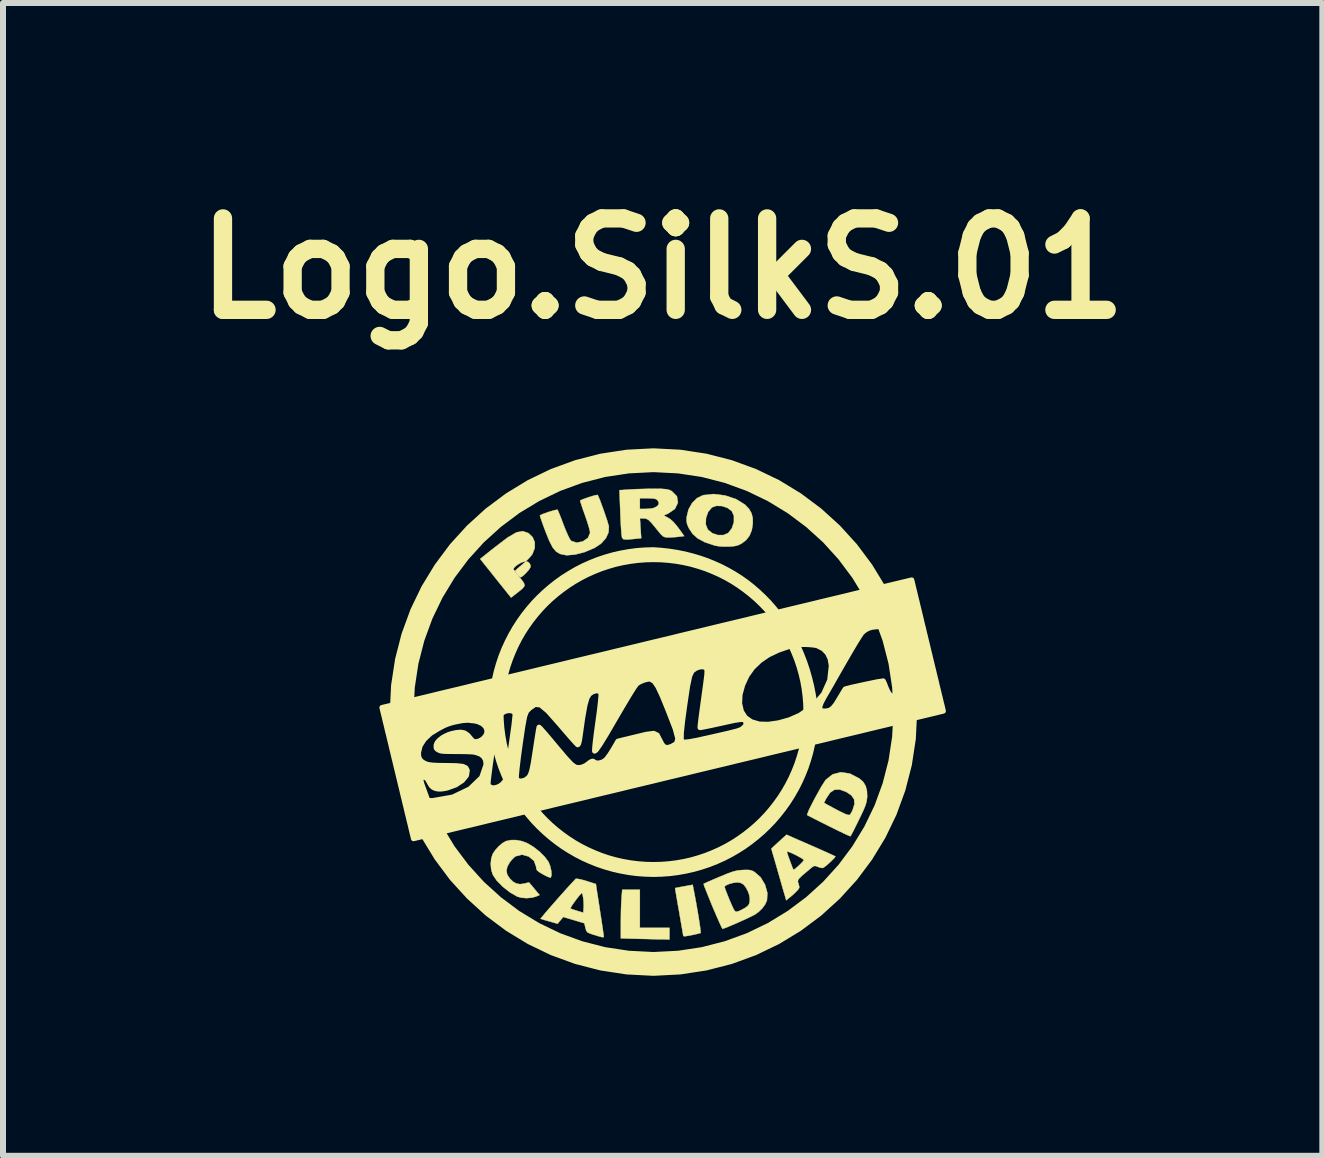
<source format=kicad_pcb>
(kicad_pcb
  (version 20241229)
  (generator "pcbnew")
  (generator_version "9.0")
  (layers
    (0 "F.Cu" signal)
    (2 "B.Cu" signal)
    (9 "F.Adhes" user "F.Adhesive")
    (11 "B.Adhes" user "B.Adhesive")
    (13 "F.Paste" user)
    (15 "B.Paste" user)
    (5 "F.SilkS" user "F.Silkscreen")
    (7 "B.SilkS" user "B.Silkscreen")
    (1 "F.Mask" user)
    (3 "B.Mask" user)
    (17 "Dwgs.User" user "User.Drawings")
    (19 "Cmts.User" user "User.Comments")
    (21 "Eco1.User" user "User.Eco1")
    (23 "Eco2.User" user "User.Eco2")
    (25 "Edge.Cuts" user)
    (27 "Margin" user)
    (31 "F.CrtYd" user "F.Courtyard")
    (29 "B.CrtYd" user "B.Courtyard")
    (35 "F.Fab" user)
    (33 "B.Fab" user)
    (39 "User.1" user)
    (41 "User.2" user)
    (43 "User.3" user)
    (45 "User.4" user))
  (footprint "Logo.SilkS.01"
    (layer "F.Cu")
    (at 7.997 8.821)
    (property "Reference" "Logo.SilkS.01" (at 0 -7.395 0) (layer "F.SilkS") (effects (font (size 1.524 1.524) (thickness 0.305))))
    (attr smd)
    (fp_poly (pts (xy 0.343 3.725) (xy 0.337 3.689) (xy 0.322 3.602) (xy 0.3 3.476) (xy 0.274 3.324) (xy 0.247 3.173) (xy 0.226 3.049) (xy 0.212 2.965) (xy 0.208 2.934) (xy 0.221 2.931) (xy 0.253 2.924) (xy 0.299 2.916) (xy 0.356 2.905) (xy 0.392 2.899) (xy 0.428 2.892) (xy 0.464 2.886) (xy 0.501 2.879) (xy 0.505 2.902) (xy 0.51 2.924) (xy 0.514 2.947) (xy 0.519 2.969) (xy 0.559 3.184) (xy 0.599 3.415) (xy 0.627 3.602) (xy 0.635 3.682) (xy 0.595 3.694) (xy 0.512 3.713) (xy 0.424 3.73) (xy 0.365 3.738) (xy 0.357 3.737) (xy 0.35 3.734) (xy 0.345 3.73) (xy 0.343 3.725) (xy 0.343 3.725) (xy 0.343 3.725) (xy 0.343 3.725) (xy 0.343 3.725)) (stroke (width 0.006) (type solid)) (fill yes) (layer "F.SilkS"))
    (fp_poly (pts (xy -1.712 -2.637) (xy -1.778 -2.678) (xy -1.834 -2.745) (xy -1.89 -2.854) (xy -1.956 -3.018) (xy -1.993 -3.118) (xy -2.022 -3.2) (xy -2.041 -3.256) (xy -2.046 -3.279) (xy -1.995 -3.303) (xy -1.897 -3.338) (xy -1.801 -3.366) (xy -1.753 -3.374) (xy -1.741 -3.35) (xy -1.718 -3.295) (xy -1.687 -3.217) (xy -1.652 -3.123) (xy -1.613 -3.025) (xy -1.577 -2.943) (xy -1.547 -2.884) (xy -1.525 -2.854) (xy -1.434 -2.824) (xy -1.33 -2.845) (xy -1.244 -2.905) (xy -1.209 -2.99) (xy -1.216 -3.03) (xy -1.234 -3.099) (xy -1.262 -3.186) (xy -1.295 -3.283) (xy -1.328 -3.375) (xy -1.354 -3.452) (xy -1.371 -3.505) (xy -1.376 -3.526) (xy -1.325 -3.55) (xy -1.227 -3.584) (xy -1.131 -3.613) (xy -1.083 -3.621) (xy -1.047 -3.539) (xy -0.986 -3.373) (xy -0.927 -3.2) (xy -0.896 -3.094) (xy -0.902 -2.995) (xy -0.947 -2.897) (xy -1.027 -2.808) (xy -1.137 -2.736) (xy -1.303 -2.666) (xy -1.463 -2.625) (xy -1.603 -2.614) (xy -1.712 -2.637) (xy -1.712 -2.637)) (stroke (width 0.006) (type solid)) (fill yes) (layer "F.SilkS"))
    (fp_poly (pts (xy 0.857 -2.78) (xy 1.093 -2.985) (xy 1.154 -3.064) (xy 1.188 -3.167) (xy 1.188 -3.271) (xy 1.152 -3.351) (xy 1.078 -3.405) (xy 0.987 -3.435) (xy 0.896 -3.438) (xy 0.822 -3.412) (xy 0.759 -3.337) (xy 0.723 -3.235) (xy 0.719 -3.129) (xy 0.752 -3.044) (xy 0.826 -2.983) (xy 0.918 -2.951) (xy 1.013 -2.951) (xy 1.093 -2.985) (xy 1.093 -2.985) (xy 0.857 -2.78) (xy 0.703 -2.832) (xy 0.586 -2.894) (xy 0.5 -2.97) (xy 0.438 -3.064) (xy 0.415 -3.116) (xy 0.402 -3.159) (xy 0.398 -3.202) (xy 0.401 -3.254) (xy 0.431 -3.378) (xy 0.491 -3.485) (xy 0.574 -3.567) (xy 0.674 -3.616) (xy 0.848 -3.635) (xy 1.041 -3.611) (xy 1.225 -3.55) (xy 1.373 -3.458) (xy 1.439 -3.389) (xy 1.481 -3.316) (xy 1.502 -3.235) (xy 1.503 -3.139) (xy 1.486 -3.032) (xy 1.449 -2.942) (xy 1.394 -2.869) (xy 1.319 -2.812) (xy 1.272 -2.787) (xy 1.226 -2.772) (xy 1.17 -2.763) (xy 1.095 -2.758) (xy 1.028 -2.758) (xy 0.965 -2.761) (xy 0.907 -2.769) (xy 0.857 -2.779) (xy 0.857 -2.78)) (stroke (width 0.006) (type solid)) (fill yes) (layer "F.SilkS"))
    (fp_poly (pts (xy 2.769 1.9) (xy 2.69 1.513) (xy 2.727 1.534) (xy 2.764 1.554) (xy 2.802 1.574) (xy 2.839 1.595) (xy 2.957 1.657) (xy 3.04 1.697) (xy 3.092 1.715) (xy 3.119 1.715) (xy 3.127 1.706) (xy 3.139 1.687) (xy 3.153 1.662) (xy 3.167 1.633) (xy 3.167 1.633) (xy 3.198 1.534) (xy 3.192 1.454) (xy 3.146 1.388) (xy 3.059 1.33) (xy 2.951 1.291) (xy 2.864 1.295) (xy 2.791 1.344) (xy 2.726 1.442) (xy 2.717 1.46) (xy 2.708 1.478) (xy 2.699 1.495) (xy 2.69 1.513) (xy 2.769 1.9) (xy 2.631 1.831) (xy 2.517 1.773) (xy 2.438 1.733) (xy 2.407 1.715) (xy 2.44 1.628) (xy 2.533 1.445) (xy 2.64 1.252) (xy 2.716 1.132) (xy 2.833 1.039) (xy 2.97 1.003) (xy 3.12 1.025) (xy 3.277 1.106) (xy 3.342 1.162) (xy 3.384 1.23) (xy 3.406 1.312) (xy 3.41 1.411) (xy 3.402 1.482) (xy 3.382 1.554) (xy 3.341 1.652) (xy 3.271 1.797) (xy 3.219 1.902) (xy 3.176 1.989) (xy 3.144 2.048) (xy 3.131 2.071) (xy 3.099 2.059) (xy 3.021 2.023) (xy 2.906 1.968) (xy 2.769 1.9) (xy 2.769 1.9)) (stroke (width 0.006) (type solid)) (fill yes) (layer "F.SilkS"))
    (fp_poly (pts (xy -0.481 3.778) (xy -0.535 3.777) (xy -0.589 3.775) (xy -0.643 3.774) (xy -0.697 3.772) (xy -0.697 3.708) (xy -0.697 3.643) (xy -0.697 3.578) (xy -0.697 3.513) (xy -0.696 3.401) (xy -0.694 3.287) (xy -0.69 3.185) (xy -0.686 3.108) (xy -0.683 3.071) (xy -0.68 3.035) (xy -0.677 2.999) (xy -0.674 2.962) (xy -0.638 2.962) (xy -0.601 2.962) (xy -0.564 2.962) (xy -0.527 2.962) (xy -0.49 2.962) (xy -0.453 2.962) (xy -0.417 2.962) (xy -0.38 2.962) (xy -0.38 3.042) (xy -0.38 3.121) (xy -0.38 3.2) (xy -0.38 3.28) (xy -0.38 3.359) (xy -0.38 3.438) (xy -0.38 3.518) (xy -0.38 3.597) (xy -0.318 3.597) (xy -0.256 3.597) (xy -0.195 3.597) (xy -0.133 3.597) (xy -0.071 3.597) (xy -0.009 3.597) (xy 0.052 3.597) (xy 0.114 3.597) (xy 0.114 3.621) (xy 0.114 3.646) (xy 0.114 3.67) (xy 0.114 3.694) (xy 0.114 3.718) (xy 0.114 3.743) (xy 0.114 3.767) (xy 0.114 3.791) (xy 0.067 3.79) (xy 0.019 3.789) (xy -0.028 3.789) (xy -0.076 3.788) (xy -0.166 3.786) (xy -0.273 3.783) (xy -0.382 3.781) (xy -0.481 3.778) (xy -0.481 3.778) (xy -0.481 3.778) (xy -0.481 3.778) (xy -0.481 3.778)) (stroke (width 0.006) (type solid)) (fill yes) (layer "F.SilkS"))
    (fp_poly (pts (xy 0.831 3.243) (xy 1.031 2.912) (xy 1.05 2.968) (xy 1.093 3.078) (xy 1.143 3.197) (xy 1.183 3.284) (xy 1.204 3.318) (xy 1.228 3.329) (xy 1.266 3.32) (xy 1.331 3.289) (xy 1.331 3.289) (xy 1.331 3.289) (xy 1.366 3.269) (xy 1.398 3.248) (xy 1.422 3.227) (xy 1.436 3.211) (xy 1.451 3.165) (xy 1.453 3.11) (xy 1.443 3.048) (xy 1.421 2.986) (xy 1.383 2.917) (xy 1.344 2.871) (xy 1.299 2.847) (xy 1.243 2.839) (xy 1.178 2.847) (xy 1.108 2.866) (xy 1.054 2.89) (xy 1.031 2.912) (xy 0.831 3.243) (xy 0.772 3.098) (xy 0.724 2.978) (xy 0.692 2.896) (xy 0.683 2.864) (xy 0.705 2.853) (xy 0.762 2.827) (xy 0.845 2.791) (xy 0.944 2.749) (xy 1.081 2.692) (xy 1.177 2.658) (xy 1.253 2.64) (xy 1.331 2.633) (xy 1.403 2.631) (xy 1.453 2.634) (xy 1.493 2.645) (xy 1.534 2.667) (xy 1.634 2.755) (xy 1.708 2.879) (xy 1.746 3.014) (xy 1.739 3.139) (xy 1.71 3.205) (xy 1.663 3.27) (xy 1.603 3.329) (xy 1.533 3.379) (xy 1.421 3.434) (xy 1.247 3.513) (xy 1.082 3.584) (xy 0.999 3.615) (xy 0.982 3.586) (xy 0.945 3.506) (xy 0.893 3.387) (xy 0.831 3.243) (xy 0.831 3.243)) (stroke (width 0.006) (type solid)) (fill yes) (layer "F.SilkS"))
    (fp_poly (pts (xy -2.719 -2.148) (xy -2.472 -2.411) (xy -2.484 -2.393) (xy -2.486 -2.381) (xy -2.454 -2.334) (xy -2.419 -2.291) (xy -2.388 -2.259) (xy -2.366 -2.247) (xy -2.352 -2.254) (xy -2.329 -2.271) (xy -2.301 -2.296) (xy -2.271 -2.326) (xy -2.271 -2.326) (xy -2.271 -2.326) (xy -2.271 -2.326) (xy -2.226 -2.378) (xy -2.204 -2.414) (xy -2.202 -2.444) (xy -2.217 -2.478) (xy -2.248 -2.506) (xy -2.295 -2.511) (xy -2.354 -2.494) (xy -2.42 -2.456) (xy -2.449 -2.433) (xy -2.472 -2.411) (xy -2.719 -2.148) (xy -2.799 -2.248) (xy -2.874 -2.343) (xy -2.936 -2.42) (xy -2.977 -2.471) (xy -2.993 -2.492) (xy -3.009 -2.512) (xy -3.026 -2.533) (xy -3.042 -2.553) (xy -2.982 -2.601) (xy -2.922 -2.649) (xy -2.862 -2.697) (xy -2.801 -2.745) (xy -2.586 -2.909) (xy -2.437 -2.996) (xy -2.33 -3.016) (xy -2.237 -2.983) (xy -2.168 -2.917) (xy -2.132 -2.832) (xy -2.132 -2.736) (xy -2.169 -2.638) (xy -2.196 -2.601) (xy -2.236 -2.556) (xy -2.285 -2.508) (xy -2.337 -2.462) (xy -2.385 -2.422) (xy -2.425 -2.388) (xy -2.451 -2.363) (xy -2.461 -2.352) (xy -2.454 -2.34) (xy -2.435 -2.313) (xy -2.406 -2.275) (xy -2.371 -2.23) (xy -2.314 -2.155) (xy -2.3 -2.107) (xy -2.335 -2.06) (xy -2.423 -1.989) (xy -2.527 -1.908) (xy -2.719 -2.148)) (stroke (width 0.006) (type solid)) (fill yes) (layer "F.SilkS"))
    (fp_poly (pts (xy -2.422 3.077) (xy -2.542 3.008) (xy -2.664 2.913) (xy -2.767 2.808) (xy -2.832 2.711) (xy -2.858 2.627) (xy -2.866 2.534) (xy -2.858 2.443) (xy -2.833 2.366) (xy -2.791 2.302) (xy -2.733 2.238) (xy -2.671 2.185) (xy -2.614 2.152) (xy -2.532 2.134) (xy -2.44 2.134) (xy -2.344 2.152) (xy -2.252 2.188) (xy -2.151 2.249) (xy -2.052 2.327) (xy -1.965 2.414) (xy -1.903 2.497) (xy -1.875 2.566) (xy -1.857 2.646) (xy -1.852 2.717) (xy -1.865 2.76) (xy -1.878 2.759) (xy -1.907 2.749) (xy -1.946 2.731) (xy -1.992 2.707) (xy -2.055 2.67) (xy -2.09 2.643) (xy -2.105 2.617) (xy -2.108 2.584) (xy -2.144 2.481) (xy -2.233 2.408) (xy -2.346 2.377) (xy -2.453 2.405) (xy -2.474 2.422) (xy -2.5 2.447) (xy -2.526 2.476) (xy -2.55 2.507) (xy -2.59 2.579) (xy -2.603 2.647) (xy -2.59 2.712) (xy -2.549 2.774) (xy -2.493 2.828) (xy -2.436 2.859) (xy -2.375 2.869) (xy -2.307 2.859) (xy -2.276 2.851) (xy -2.25 2.845) (xy -2.232 2.842) (xy -2.224 2.843) (xy -2.216 2.853) (xy -2.197 2.876) (xy -2.169 2.909) (xy -2.136 2.949) (xy -2.115 2.974) (xy -2.094 3) (xy -2.072 3.025) (xy -2.051 3.05) (xy -2.067 3.057) (xy -2.083 3.064) (xy -2.099 3.07) (xy -2.115 3.077) (xy -2.185 3.095) (xy -2.269 3.102) (xy -2.353 3.095) (xy -2.422 3.077) (xy -2.422 3.077)) (stroke (width 0.006) (type solid)) (fill yes) (layer "F.SilkS"))
    (fp_poly (pts (xy -1.146 3.714) (xy -1.323 3.108) (xy -1.329 3.072) (xy -1.335 3.043) (xy -1.341 3.023) (xy -1.347 3.016) (xy -1.386 3.055) (xy -1.453 3.141) (xy -1.515 3.229) (xy -1.539 3.273) (xy -1.527 3.279) (xy -1.502 3.289) (xy -1.467 3.3) (xy -1.427 3.313) (xy -1.401 3.321) (xy -1.375 3.328) (xy -1.349 3.336) (xy -1.323 3.344) (xy -1.322 3.326) (xy -1.321 3.308) (xy -1.319 3.29) (xy -1.318 3.272) (xy -1.316 3.237) (xy -1.317 3.194) (xy -1.319 3.149) (xy -1.323 3.108) (xy -1.323 3.108) (xy -1.146 3.714) (xy -1.216 3.69) (xy -1.255 3.67) (xy -1.274 3.643) (xy -1.287 3.597) (xy -1.292 3.578) (xy -1.296 3.558) (xy -1.301 3.539) (xy -1.306 3.52) (xy -1.35 3.507) (xy -1.394 3.494) (xy -1.438 3.481) (xy -1.481 3.468) (xy -1.525 3.455) (xy -1.569 3.442) (xy -1.613 3.429) (xy -1.657 3.416) (xy -1.669 3.43) (xy -1.681 3.444) (xy -1.692 3.458) (xy -1.704 3.472) (xy -1.716 3.486) (xy -1.728 3.501) (xy -1.739 3.515) (xy -1.751 3.529) (xy -1.786 3.519) (xy -1.821 3.509) (xy -1.855 3.499) (xy -1.89 3.489) (xy -1.945 3.474) (xy -1.99 3.46) (xy -2.022 3.45) (xy -2.036 3.445) (xy -1.951 3.342) (xy -1.757 3.119) (xy -1.555 2.893) (xy -1.45 2.781) (xy -1.429 2.779) (xy -1.389 2.785) (xy -1.334 2.798) (xy -1.271 2.816) (xy -1.232 2.829) (xy -1.192 2.841) (xy -1.153 2.854) (xy -1.113 2.866) (xy -1.097 2.974) (xy -1.08 3.082) (xy -1.063 3.19) (xy -1.047 3.298) (xy -1.021 3.466) (xy -1 3.607) (xy -0.986 3.704) (xy -0.98 3.743) (xy -0.986 3.752) (xy -1.012 3.752) (xy -1.062 3.739) (xy -1.146 3.714) (xy -1.146 3.714)) (stroke (width 0.006) (type solid)) (fill yes) (layer "F.SilkS"))
    (fp_poly (pts (xy 1.967 2.816) (xy 2.072 2.327) (xy 2.075 2.341) (xy 2.083 2.369) (xy 2.095 2.405) (xy 2.11 2.446) (xy 2.123 2.481) (xy 2.136 2.517) (xy 2.149 2.552) (xy 2.162 2.588) (xy 2.169 2.603) (xy 2.175 2.616) (xy 2.182 2.624) (xy 2.187 2.627) (xy 2.197 2.622) (xy 2.217 2.606) (xy 2.244 2.583) (xy 2.275 2.555) (xy 2.275 2.555) (xy 2.306 2.525) (xy 2.331 2.499) (xy 2.348 2.478) (xy 2.354 2.467) (xy 2.343 2.455) (xy 2.313 2.435) (xy 2.268 2.409) (xy 2.213 2.38) (xy 2.158 2.354) (xy 2.113 2.335) (xy 2.083 2.326) (xy 2.072 2.327) (xy 1.967 2.816) (xy 1.929 2.683) (xy 1.893 2.557) (xy 1.863 2.454) (xy 1.843 2.386) (xy 1.835 2.359) (xy 1.828 2.332) (xy 1.82 2.305) (xy 1.812 2.277) (xy 1.83 2.26) (xy 1.848 2.243) (xy 1.866 2.226) (xy 1.885 2.209) (xy 1.917 2.179) (xy 1.952 2.147) (xy 1.985 2.117) (xy 2.012 2.093) (xy 2.025 2.081) (xy 2.039 2.069) (xy 2.052 2.057) (xy 2.066 2.044) (xy 2.167 2.089) (xy 2.267 2.133) (xy 2.368 2.177) (xy 2.469 2.221) (xy 2.626 2.29) (xy 2.756 2.348) (xy 2.845 2.389) (xy 2.881 2.407) (xy 2.86 2.436) (xy 2.802 2.494) (xy 2.733 2.555) (xy 2.68 2.596) (xy 2.666 2.599) (xy 2.645 2.597) (xy 2.62 2.592) (xy 2.593 2.582) (xy 2.554 2.567) (xy 2.526 2.566) (xy 2.497 2.582) (xy 2.454 2.617) (xy 2.326 2.725) (xy 2.266 2.784) (xy 2.253 2.821) (xy 2.265 2.864) (xy 2.276 2.902) (xy 2.277 2.928) (xy 2.265 2.952) (xy 2.237 2.983) (xy 2.212 3.008) (xy 2.183 3.036) (xy 2.152 3.063) (xy 2.123 3.087) (xy 2.107 3.1) (xy 2.091 3.112) (xy 2.076 3.125) (xy 2.06 3.138) (xy 2.037 3.057) (xy 2.013 2.977) (xy 1.99 2.897) (xy 1.967 2.816) (xy 1.967 2.816) (xy 1.967 2.816) (xy 1.967 2.816)) (stroke (width 0.006) (type solid)) (fill yes) (layer "F.SilkS"))
    (fp_poly (pts (xy -0.686 -2.969) (xy -0.38 -3.564) (xy -0.38 -3.542) (xy -0.38 -3.52) (xy -0.38 -3.498) (xy -0.38 -3.476) (xy -0.38 -3.454) (xy -0.38 -3.431) (xy -0.38 -3.409) (xy -0.38 -3.387) (xy -0.356 -3.387) (xy -0.332 -3.387) (xy -0.308 -3.387) (xy -0.284 -3.387) (xy -0.243 -3.389) (xy -0.202 -3.393) (xy -0.165 -3.399) (xy -0.139 -3.406) (xy -0.139 -3.406) (xy -0.139 -3.406) (xy -0.139 -3.406) (xy -0.091 -3.432) (xy -0.066 -3.464) (xy -0.066 -3.499) (xy -0.09 -3.536) (xy -0.11 -3.549) (xy -0.141 -3.558) (xy -0.186 -3.562) (xy -0.249 -3.564) (xy -0.282 -3.564) (xy -0.314 -3.564) (xy -0.347 -3.564) (xy -0.38 -3.564) (xy -0.686 -2.969) (xy -0.691 -3.03) (xy -0.697 -3.128) (xy -0.703 -3.249) (xy -0.708 -3.38) (xy -0.711 -3.46) (xy -0.714 -3.54) (xy -0.717 -3.62) (xy -0.72 -3.7) (xy -0.676 -3.702) (xy -0.632 -3.705) (xy -0.589 -3.708) (xy -0.545 -3.711) (xy -0.46 -3.716) (xy -0.356 -3.719) (xy -0.246 -3.722) (xy -0.144 -3.723) (xy -0.023 -3.722) (xy 0.055 -3.716) (xy 0.107 -3.705) (xy 0.15 -3.685) (xy 0.238 -3.598) (xy 0.255 -3.491) (xy 0.205 -3.387) (xy 0.092 -3.309) (xy 0.073 -3.301) (xy 0.055 -3.293) (xy 0.036 -3.286) (xy 0.017 -3.278) (xy 0.032 -3.27) (xy 0.048 -3.262) (xy 0.063 -3.254) (xy 0.079 -3.246) (xy 0.129 -3.215) (xy 0.178 -3.171) (xy 0.232 -3.109) (xy 0.296 -3.024) (xy 0.312 -3.001) (xy 0.328 -2.979) (xy 0.344 -2.956) (xy 0.36 -2.934) (xy 0.337 -2.931) (xy 0.314 -2.928) (xy 0.291 -2.925) (xy 0.268 -2.923) (xy 0.226 -2.918) (xy 0.179 -2.915) (xy 0.133 -2.912) (xy 0.093 -2.911) (xy 0.044 -2.914) (xy 0.007 -2.929) (xy -0.035 -2.969) (xy -0.099 -3.048) (xy -0.181 -3.148) (xy -0.234 -3.202) (xy -0.275 -3.224) (xy -0.321 -3.229) (xy -0.335 -3.229) (xy -0.35 -3.229) (xy -0.364 -3.229) (xy -0.379 -3.229) (xy -0.376 -3.187) (xy -0.373 -3.146) (xy -0.371 -3.105) (xy -0.368 -3.064) (xy -0.365 -3.023) (xy -0.363 -2.981) (xy -0.36 -2.94) (xy -0.357 -2.899) (xy -0.385 -2.896) (xy -0.413 -2.893) (xy -0.44 -2.89) (xy -0.468 -2.887) (xy -0.59 -2.876) (xy -0.652 -2.88) (xy -0.677 -2.908) (xy -0.686 -2.968) (xy -0.686 -2.968) (xy -0.686 -2.968) (xy -0.686 -2.968) (xy -0.686 -2.969)) (stroke (width 0.006) (type solid)) (fill yes) (layer "F.SilkS"))
    (fp_poly (pts (xy -0.153 -4.347) (xy -0.153 -4.05) (xy 0.261 -4.029) (xy 0.663 -3.968) (xy 1.051 -3.868) (xy 1.423 -3.732) (xy 1.777 -3.561) (xy 2.111 -3.358) (xy 2.423 -3.125) (xy 2.711 -2.864) (xy 2.972 -2.576) (xy 3.205 -2.264) (xy 3.408 -1.931) (xy 3.579 -1.577) (xy 3.715 -1.205) (xy 3.815 -0.816) (xy 3.876 -0.414) (xy 3.897 -0.000272) (xy 3.876 0.414) (xy 3.815 0.816) (xy 3.715 1.204) (xy 3.579 1.576) (xy 3.408 1.93) (xy 3.205 2.264) (xy 2.972 2.576) (xy 2.711 2.864) (xy 2.423 3.125) (xy 2.111 3.358) (xy 1.778 3.561) (xy 1.424 3.732) (xy 1.051 3.868) (xy 0.663 3.968) (xy 0.261 4.029) (xy -0.153 4.05) (xy -0.567 4.029) (xy -0.969 3.968) (xy -1.357 3.868) (xy -1.73 3.732) (xy -2.084 3.561) (xy -2.418 3.358) (xy -2.729 3.125) (xy -3.017 2.864) (xy -3.278 2.576) (xy -3.512 2.264) (xy -3.714 1.93) (xy -3.885 1.576) (xy -4.021 1.204) (xy -4.121 0.816) (xy -4.182 0.414) (xy -4.203 -0.00027) (xy -4.182 -0.414) (xy -4.121 -0.816) (xy -4.021 -1.205) (xy -3.885 -1.577) (xy -3.714 -1.931) (xy -3.511 -2.265) (xy -3.278 -2.576) (xy -3.017 -2.864) (xy -2.729 -3.125) (xy -2.417 -3.359) (xy -2.083 -3.561) (xy -1.729 -3.732) (xy -1.357 -3.868) (xy -0.969 -3.968) (xy -0.567 -4.029) (xy -0.153 -4.05) (xy -0.153 -4.05) (xy -0.153 -4.347) (xy -0.597 -4.324) (xy -1.029 -4.258) (xy -1.445 -4.151) (xy -1.845 -4.005) (xy -2.225 -3.822) (xy -2.583 -3.604) (xy -2.918 -3.354) (xy -3.226 -3.074) (xy -3.507 -2.765) (xy -3.757 -2.43) (xy -3.975 -2.072) (xy -4.158 -1.692) (xy -4.304 -1.293) (xy -4.411 -0.876) (xy -4.477 -0.445) (xy -4.499 -0.000286) (xy -4.477 0.444) (xy -4.411 0.876) (xy -4.304 1.292) (xy -4.158 1.692) (xy -3.975 2.072) (xy -3.757 2.43) (xy -3.507 2.765) (xy -3.226 3.073) (xy -2.918 3.354) (xy -2.583 3.604) (xy -2.225 3.822) (xy -1.845 4.005) (xy -1.445 4.151) (xy -1.029 4.258) (xy -0.597 4.324) (xy -0.153 4.347) (xy 0.292 4.324) (xy 0.723 4.258) (xy 1.14 4.151) (xy 1.539 4.005) (xy 1.919 3.822) (xy 2.277 3.604) (xy 2.612 3.354) (xy 2.921 3.073) (xy 3.201 2.765) (xy 3.451 2.43) (xy 3.669 2.072) (xy 3.852 1.692) (xy 3.998 1.292) (xy 4.105 0.876) (xy 4.171 0.444) (xy 4.193 -0.000286) (xy 4.171 -0.445) (xy 4.105 -0.876) (xy 3.998 -1.293) (xy 3.852 -1.692) (xy 3.669 -2.072) (xy 3.451 -2.43) (xy 3.201 -2.765) (xy 2.92 -3.074) (xy 2.612 -3.354) (xy 2.277 -3.604) (xy 1.919 -3.822) (xy 1.539 -4.005) (xy 1.14 -4.151) (xy 0.723 -4.258) (xy 0.291 -4.324) (xy -0.153 -4.347) (xy -0.153 -4.347)) (stroke (width 0.1) (type solid)) (fill yes) (layer "F.SilkS"))
    (fp_poly (pts (xy -0.153 -2.717) (xy -0.153 -2.531) (xy -0.023 -2.528) (xy 0.106 -2.518) (xy 0.233 -2.502) (xy 0.357 -2.48) (xy 0.48 -2.452) (xy 0.6 -2.417) (xy 0.717 -2.378) (xy 0.832 -2.332) (xy 0.944 -2.282) (xy 1.054 -2.226) (xy 1.16 -2.165) (xy 1.262 -2.099) (xy 1.361 -2.028) (xy 1.457 -1.953) (xy 1.549 -1.874) (xy 1.637 -1.79) (xy 1.721 -1.702) (xy 1.8 -1.61) (xy 1.875 -1.514) (xy 1.946 -1.415) (xy 2.012 -1.313) (xy 2.073 -1.207) (xy 2.129 -1.097) (xy 2.179 -0.985) (xy 2.225 -0.87) (xy 2.264 -0.753) (xy 2.298 -0.633) (xy 2.327 -0.51) (xy 2.349 -0.386) (xy 2.365 -0.259) (xy 2.375 -0.13) (xy 2.378 -0.000131) (xy 2.375 0.13) (xy 2.365 0.259) (xy 2.349 0.385) (xy 2.327 0.51) (xy 2.299 0.632) (xy 2.264 0.753) (xy 2.225 0.87) (xy 2.179 0.985) (xy 2.129 1.097) (xy 2.073 1.206) (xy 2.012 1.312) (xy 1.946 1.415) (xy 1.875 1.514) (xy 1.8 1.61) (xy 1.721 1.702) (xy 1.637 1.79) (xy 1.549 1.874) (xy 1.457 1.953) (xy 1.362 2.028) (xy 1.262 2.099) (xy 1.16 2.165) (xy 1.054 2.226) (xy 0.944 2.282) (xy 0.832 2.332) (xy 0.717 2.378) (xy 0.6 2.417) (xy 0.48 2.452) (xy 0.357 2.48) (xy 0.233 2.502) (xy 0.106 2.518) (xy -0.023 2.528) (xy -0.153 2.531) (xy -0.283 2.528) (xy -0.412 2.518) (xy -0.538 2.502) (xy -0.663 2.48) (xy -0.786 2.452) (xy -0.906 2.418) (xy -1.023 2.378) (xy -1.138 2.332) (xy -1.25 2.282) (xy -1.36 2.226) (xy -1.466 2.165) (xy -1.568 2.099) (xy -1.668 2.028) (xy -1.763 1.953) (xy -1.855 1.874) (xy -1.943 1.79) (xy -2.027 1.702) (xy -2.106 1.61) (xy -2.181 1.515) (xy -2.252 1.415) (xy -2.318 1.313) (xy -2.379 1.207) (xy -2.435 1.097) (xy -2.485 0.985) (xy -2.531 0.87) (xy -2.571 0.753) (xy -2.605 0.633) (xy -2.633 0.51) (xy -2.655 0.385) (xy -2.671 0.259) (xy -2.681 0.13) (xy -2.684 -0.000106) (xy -2.681 -0.13) (xy -2.671 -0.259) (xy -2.655 -0.386) (xy -2.633 -0.51) (xy -2.605 -0.633) (xy -2.571 -0.753) (xy -2.531 -0.87) (xy -2.485 -0.985) (xy -2.435 -1.097) (xy -2.379 -1.207) (xy -2.318 -1.313) (xy -2.252 -1.415) (xy -2.181 -1.515) (xy -2.106 -1.61) (xy -2.027 -1.702) (xy -1.943 -1.79) (xy -1.855 -1.874) (xy -1.763 -1.953) (xy -1.667 -2.028) (xy -1.568 -2.099) (xy -1.465 -2.165) (xy -1.359 -2.226) (xy -1.25 -2.282) (xy -1.138 -2.332) (xy -1.023 -2.378) (xy -0.906 -2.417) (xy -0.786 -2.452) (xy -0.663 -2.48) (xy -0.538 -2.502) (xy -0.412 -2.518) (xy -0.283 -2.528) (xy -0.153 -2.531) (xy -0.153 -2.531) (xy -0.153 -2.717) (xy -0.293 -2.713) (xy -0.431 -2.703) (xy -0.567 -2.685) (xy -0.7 -2.661) (xy -0.832 -2.631) (xy -0.961 -2.594) (xy -1.087 -2.552) (xy -1.21 -2.503) (xy -1.331 -2.449) (xy -1.448 -2.389) (xy -1.561 -2.323) (xy -1.672 -2.253) (xy -1.778 -2.177) (xy -1.881 -2.096) (xy -1.979 -2.011) (xy -2.074 -1.921) (xy -2.164 -1.827) (xy -2.249 -1.728) (xy -2.33 -1.625) (xy -2.405 -1.519) (xy -2.476 -1.409) (xy -2.541 -1.295) (xy -2.601 -1.178) (xy -2.656 -1.058) (xy -2.705 -0.934) (xy -2.747 -0.808) (xy -2.784 -0.679) (xy -2.814 -0.548) (xy -2.838 -0.414) (xy -2.855 -0.278) (xy -2.866 -0.14) (xy -2.869 -0.000168) (xy -2.866 0.14) (xy -2.855 0.278) (xy -2.838 0.414) (xy -2.814 0.547) (xy -2.784 0.679) (xy -2.747 0.808) (xy -2.705 0.934) (xy -2.656 1.057) (xy -2.602 1.178) (xy -2.542 1.295) (xy -2.476 1.409) (xy -2.406 1.519) (xy -2.33 1.625) (xy -2.249 1.728) (xy -2.164 1.827) (xy -2.074 1.921) (xy -1.979 2.011) (xy -1.881 2.096) (xy -1.778 2.177) (xy -1.672 2.253) (xy -1.562 2.323) (xy -1.448 2.389) (xy -1.331 2.449) (xy -1.21 2.503) (xy -1.087 2.552) (xy -0.961 2.594) (xy -0.832 2.631) (xy -0.7 2.661) (xy -0.567 2.685) (xy -0.431 2.703) (xy -0.293 2.713) (xy -0.153 2.717) (xy -0.013 2.713) (xy 0.125 2.703) (xy 0.261 2.685) (xy 0.395 2.661) (xy 0.526 2.631) (xy 0.655 2.594) (xy 0.781 2.552) (xy 0.905 2.503) (xy 1.025 2.449) (xy 1.142 2.389) (xy 1.256 2.323) (xy 1.366 2.253) (xy 1.472 2.177) (xy 1.575 2.096) (xy 1.674 2.011) (xy 1.768 1.921) (xy 1.858 1.827) (xy 1.943 1.728) (xy 2.024 1.625) (xy 2.1 1.519) (xy 2.17 1.409) (xy 2.236 1.295) (xy 2.296 1.178) (xy 2.35 1.057) (xy 2.399 0.934) (xy 2.441 0.808) (xy 2.478 0.679) (xy 2.508 0.547) (xy 2.532 0.414) (xy 2.55 0.278) (xy 2.56 0.14) (xy 2.564 -0.000168) (xy 2.546 -0.148) (xy 2.522 -0.293) (xy 2.494 -0.435) (xy 2.46 -0.573) (xy 2.422 -0.707) (xy 2.378 -0.838) (xy 2.329 -0.965) (xy 2.276 -1.089) (xy 2.218 -1.208) (xy 2.156 -1.324) (xy 2.089 -1.435) (xy 2.018 -1.543) (xy 1.943 -1.646) (xy 1.863 -1.745) (xy 1.78 -1.84) (xy 1.692 -1.93) (xy 1.601 -2.016) (xy 1.506 -2.098) (xy 1.408 -2.175) (xy 1.306 -2.247) (xy 1.2 -2.314) (xy 1.092 -2.376) (xy 0.98 -2.434) (xy 0.865 -2.486) (xy 0.747 -2.534) (xy 0.626 -2.576) (xy 0.503 -2.613) (xy 0.376 -2.645) (xy 0.248 -2.671) (xy 0.116 -2.692) (xy -0.017 -2.707) (xy -0.153 -2.717) (xy -0.153 -2.717) (xy -0.153 -2.717) (xy -0.153 -2.717)) (stroke (width 0.063) (type solid)) (fill yes) (layer "F.SilkS"))
    (fp_poly (pts (xy 4.152 -2.202) (xy 3.637 -1.427) (xy 3.706 -1.3) (xy 3.819 -1.038) (xy 3.945 -0.723) (xy 4.053 -0.44) (xy 4.038 -0.385) (xy 3.997 -0.333) (xy 3.938 -0.293) (xy 3.868 -0.27) (xy 3.84 -0.267) (xy 3.82 -0.269) (xy 3.803 -0.277) (xy 3.786 -0.292) (xy 3.771 -0.312) (xy 3.754 -0.341) (xy 3.736 -0.378) (xy 3.72 -0.417) (xy 3.706 -0.454) (xy 3.693 -0.486) (xy 3.682 -0.509) (xy 3.677 -0.519) (xy 3.578 -0.504) (xy 3.367 -0.46) (xy 3.153 -0.413) (xy 3.045 -0.385) (xy 3.036 -0.372) (xy 3.016 -0.34) (xy 2.989 -0.295) (xy 2.957 -0.241) (xy 2.89 -0.131) (xy 2.836 -0.064) (xy 2.786 -0.029) (xy 2.727 -0.017) (xy 2.7 -0.016) (xy 2.674 -0.018) (xy 2.653 -0.021) (xy 2.639 -0.026) (xy 2.619 -0.053) (xy 2.62 -0.096) (xy 2.644 -0.16) (xy 2.69 -0.247) (xy 2.739 -0.331) (xy 2.818 -0.468) (xy 2.915 -0.639) (xy 3.021 -0.824) (xy 3.125 -1.003) (xy 3.216 -1.157) (xy 3.286 -1.269) (xy 3.323 -1.323) (xy 3.371 -1.364) (xy 3.424 -1.394) (xy 3.483 -1.413) (xy 3.552 -1.422) (xy 3.573 -1.423) (xy 3.594 -1.425) (xy 3.616 -1.426) (xy 3.637 -1.427) (xy 4.152 -2.202) (xy 2.403 -1.127) (xy 2.458 -1.124) (xy 2.508 -1.119) (xy 2.551 -1.113) (xy 2.582 -1.105) (xy 2.678 -1.056) (xy 2.748 -0.984) (xy 2.793 -0.89) (xy 2.813 -0.772) (xy 2.786 -0.53) (xy 2.684 -0.302) (xy 2.515 -0.103) (xy 2.286 0.055) (xy 2.116 0.129) (xy 1.935 0.18) (xy 1.762 0.205) (xy 1.612 0.201) (xy 1.478 0.162) (xy 1.378 0.092) (xy 1.313 -0.009) (xy 1.282 -0.142) (xy 1.289 -0.291) (xy 1.333 -0.452) (xy 1.405 -0.608) (xy 1.5 -0.741) (xy 1.622 -0.858) (xy 1.761 -0.953) (xy 1.927 -1.032) (xy 2.133 -1.103) (xy 2.15 -1.106) (xy 2.166 -1.109) (xy 2.185 -1.113) (xy 2.214 -1.118) (xy 2.25 -1.124) (xy 2.296 -1.127) (xy 2.348 -1.128) (xy 2.403 -1.127) (xy 2.403 -1.127) (xy 4.152 -2.202) (xy 0.657 -0.756) (xy 0.681 -0.754) (xy 0.701 -0.748) (xy 0.718 -0.738) (xy 0.731 -0.724) (xy 0.74 -0.696) (xy 0.738 -0.628) (xy 0.72 -0.482) (xy 0.684 -0.221) (xy 0.659 -0.037) (xy 0.639 0.114) (xy 0.627 0.218) (xy 0.624 0.258) (xy 0.653 0.254) (xy 0.729 0.239) (xy 0.84 0.216) (xy 0.973 0.187) (xy 1.201 0.137) (xy 1.324 0.12) (xy 1.376 0.134) (xy 1.389 0.178) (xy 1.389 0.203) (xy 1.384 0.223) (xy 1.371 0.241) (xy 1.348 0.263) (xy 1.312 0.291) (xy 1.247 0.315) (xy 1.1 0.352) (xy 0.817 0.417) (xy 0.588 0.468) (xy 0.444 0.495) (xy 0.363 0.503) (xy 0.324 0.494) (xy 0.309 0.452) (xy 0.311 0.345) (xy 0.331 0.155) (xy 0.37 -0.131) (xy 0.415 -0.434) (xy 0.451 -0.603) (xy 0.49 -0.685) (xy 0.546 -0.726) (xy 0.575 -0.739) (xy 0.604 -0.749) (xy 0.631 -0.754) (xy 0.657 -0.756) (xy 0.657 -0.756) (xy 4.152 -2.202) (xy -0.199 -0.548) (xy -0.14 -0.514) (xy -0.08 -0.426) (xy -0.006 -0.269) (xy 0.093 -0.026) (xy 0.209 0.274) (xy 0.254 0.441) (xy 0.232 0.525) (xy 0.148 0.574) (xy 0.081 0.593) (xy 0.031 0.584) (xy -0.01 0.541) (xy -0.052 0.46) (xy -0.091 0.384) (xy -0.149 0.356) (xy -0.275 0.372) (xy -0.519 0.431) (xy -0.576 0.445) (xy -0.632 0.458) (xy -0.688 0.472) (xy -0.745 0.486) (xy -0.763 0.518) (xy -0.781 0.549) (xy -0.8 0.581) (xy -0.818 0.612) (xy -0.851 0.666) (xy -0.885 0.718) (xy -0.918 0.763) (xy -0.944 0.795) (xy -0.995 0.831) (xy -1.057 0.85) (xy -1.115 0.849) (xy -1.152 0.826) (xy -1.163 0.82) (xy -1.184 0.824) (xy -1.211 0.839) (xy -1.243 0.864) (xy -1.281 0.891) (xy -1.321 0.91) (xy -1.362 0.923) (xy -1.403 0.927) (xy -1.456 0.918) (xy -1.518 0.874) (xy -1.614 0.772) (xy -1.771 0.587) (xy -1.881 0.455) (xy -1.972 0.348) (xy -2.035 0.277) (xy -2.06 0.253) (xy -2.067 0.286) (xy -2.081 0.372) (xy -2.101 0.498) (xy -2.124 0.65) (xy -2.155 0.85) (xy -2.181 0.978) (xy -2.207 1.053) (xy -2.239 1.097) (xy -2.294 1.136) (xy -2.355 1.152) (xy -2.408 1.146) (xy -2.44 1.116) (xy -2.439 1.059) (xy -2.427 0.932) (xy -2.406 0.754) (xy -2.377 0.543) (xy -2.332 0.236) (xy -2.301 0.069) (xy -2.269 -0.013) (xy -2.223 -0.062) (xy -2.127 -0.129) (xy -2.034 -0.119) (xy -1.91 -0.015) (xy -1.717 0.203) (xy -1.606 0.333) (xy -1.512 0.441) (xy -1.445 0.515) (xy -1.416 0.544) (xy -1.407 0.537) (xy -1.398 0.513) (xy -1.389 0.477) (xy -1.381 0.43) (xy -1.334 0.097) (xy -1.296 -0.116) (xy -1.261 -0.238) (xy -1.223 -0.301) (xy -1.168 -0.339) (xy -1.109 -0.356) (xy -1.059 -0.35) (xy -1.028 -0.319) (xy -1.027 -0.27) (xy -1.037 -0.162) (xy -1.054 -0.014) (xy -1.078 0.161) (xy -1.102 0.336) (xy -1.121 0.487) (xy -1.132 0.597) (xy -1.134 0.65) (xy -1.108 0.631) (xy -1.041 0.534) (xy -0.938 0.366) (xy -0.803 0.134) (xy -0.673 -0.088) (xy -0.561 -0.276) (xy -0.477 -0.41) (xy -0.434 -0.47) (xy -0.409 -0.488) (xy -0.375 -0.507) (xy -0.335 -0.524) (xy -0.296 -0.537) (xy -0.268 -0.544) (xy -0.243 -0.549) (xy -0.22 -0.55) (xy -0.199 -0.548) (xy -0.199 -0.548) (xy 4.152 -2.202) (xy -2.58 -0.024) (xy -2.536 -0.025) (xy -2.499 -0.015) (xy -2.472 0.004) (xy -2.458 0.034) (xy -2.477 0.213) (xy -2.528 0.578) (xy -2.583 0.944) (xy -2.617 1.13) (xy -2.64 1.168) (xy -2.674 1.204) (xy -2.715 1.234) (xy -2.758 1.253) (xy -2.797 1.262) (xy -2.827 1.265) (xy -2.852 1.26) (xy -2.877 1.248) (xy -2.89 1.239) (xy -2.9 1.228) (xy -2.907 1.215) (xy -2.911 1.2) (xy -2.909 1.154) (xy -2.896 1.046) (xy -2.875 0.883) (xy -2.844 0.668) (xy -2.801 0.372) (xy -2.772 0.191) (xy -2.752 0.099) (xy -2.737 0.068) (xy -2.712 0.038) (xy -2.689 0.022) (xy -2.667 0.01) (xy -2.645 -0.005) (xy -2.628 -0.011) (xy -2.612 -0.017) (xy -2.596 -0.021) (xy -2.58 -0.024) (xy -2.58 -0.024) (xy 4.152 -2.202) (xy -3.24 0.134) (xy -3.223 0.137) (xy -3.204 0.14) (xy -3.185 0.142) (xy -3.168 0.143) (xy -3.149 0.145) (xy -3.124 0.149) (xy -3.098 0.155) (xy -3.072 0.162) (xy -3.002 0.195) (xy -2.953 0.242) (xy -2.929 0.297) (xy -2.932 0.358) (xy -2.952 0.398) (xy -2.984 0.436) (xy -3.025 0.467) (xy -3.07 0.487) (xy -3.11 0.495) (xy -3.141 0.494) (xy -3.166 0.481) (xy -3.189 0.457) (xy -3.248 0.387) (xy -3.302 0.349) (xy -3.362 0.336) (xy -3.441 0.343) (xy -3.508 0.357) (xy -3.567 0.375) (xy -3.619 0.399) (xy -3.671 0.428) (xy -3.723 0.469) (xy -3.759 0.51) (xy -3.776 0.553) (xy -3.775 0.594) (xy -3.77 0.606) (xy -3.761 0.616) (xy -3.747 0.626) (xy -3.728 0.636) (xy -3.699 0.647) (xy -3.655 0.653) (xy -3.574 0.656) (xy -3.432 0.657) (xy -3.303 0.658) (xy -3.216 0.661) (xy -3.157 0.665) (xy -3.114 0.673) (xy -3.037 0.7) (xy -2.983 0.742) (xy -2.952 0.799) (xy -2.942 0.874) (xy -3.016 1.091) (xy -3.213 1.281) (xy -3.496 1.417) (xy -3.828 1.476) (xy -3.883 1.477) (xy -3.926 1.476) (xy -3.959 1.473) (xy -3.984 1.468) (xy -4.027 1.454) (xy -4.057 1.441) (xy -4.083 1.425) (xy -4.108 1.404) (xy -4.161 1.34) (xy -4.185 1.275) (xy -4.179 1.211) (xy -4.142 1.152) (xy -4.111 1.125) (xy -4.077 1.104) (xy -4.041 1.091) (xy -4.004 1.086) (xy -3.967 1.088) (xy -3.941 1.098) (xy -3.919 1.121) (xy -3.896 1.161) (xy -3.872 1.204) (xy -3.852 1.233) (xy -3.83 1.252) (xy -3.802 1.267) (xy -3.762 1.279) (xy -3.715 1.283) (xy -3.658 1.278) (xy -3.592 1.265) (xy -3.451 1.214) (xy -3.34 1.141) (xy -3.271 1.057) (xy -3.258 0.973) (xy -3.28 0.931) (xy -3.333 0.906) (xy -3.435 0.895) (xy -3.606 0.892) (xy -3.753 0.89) (xy -3.853 0.884) (xy -3.921 0.873) (xy -3.97 0.854) (xy -4.021 0.822) (xy -4.053 0.783) (xy -4.069 0.735) (xy -4.071 0.673) (xy -4.043 0.56) (xy -3.975 0.454) (xy -3.871 0.356) (xy -3.735 0.273) (xy -3.648 0.227) (xy -3.57 0.195) (xy -3.493 0.172) (xy -3.411 0.155) (xy -3.348 0.143) (xy -3.304 0.138) (xy -3.27 0.137) (xy -3.24 0.134) (xy -3.24 0.134) (xy 4.152 -2.202) (xy 4.014 -2.169) (xy 3.876 -2.136) (xy 3.738 -2.103) (xy 3.6 -2.069) (xy 3.462 -2.036) (xy 3.324 -2.003) (xy 3.186 -1.97) (xy 3.048 -1.936) (xy 2.91 -1.903) (xy 2.772 -1.87) (xy 2.634 -1.837) (xy 2.496 -1.803) (xy 2.358 -1.77) (xy 2.22 -1.737) (xy 2.082 -1.704) (xy 1.944 -1.67) (xy 1.806 -1.637) (xy 1.668 -1.604) (xy 1.53 -1.571) (xy 1.392 -1.537) (xy 1.254 -1.504) (xy 1.116 -1.471) (xy 0.978 -1.438) (xy 0.84 -1.405) (xy 0.702 -1.371) (xy 0.564 -1.338) (xy 0.426 -1.305) (xy 0.288 -1.272) (xy 0.151 -1.238) (xy 0.013 -1.205) (xy -0.125 -1.172) (xy -0.263 -1.139) (xy -0.401 -1.105) (xy -0.539 -1.072) (xy -0.677 -1.039) (xy -0.815 -1.006) (xy -0.953 -0.972) (xy -1.091 -0.939) (xy -1.229 -0.906) (xy -1.367 -0.873) (xy -1.505 -0.84) (xy -1.643 -0.806) (xy -1.781 -0.773) (xy -1.919 -0.74) (xy -2.057 -0.707) (xy -2.195 -0.673) (xy -2.333 -0.64) (xy -2.471 -0.607) (xy -2.609 -0.574) (xy -2.747 -0.54) (xy -2.885 -0.507) (xy -3.023 -0.474) (xy -3.161 -0.441) (xy -3.299 -0.407) (xy -3.437 -0.374) (xy -3.575 -0.341) (xy -3.713 -0.308) (xy -3.851 -0.274) (xy -3.989 -0.241) (xy -4.127 -0.208) (xy -4.265 -0.175) (xy -4.403 -0.142) (xy -4.541 -0.108) (xy -4.679 -0.075) (xy -4.671 -0.041) (xy -4.663 -0.007) (xy -4.655 0.027) (xy -4.646 0.062) (xy -4.638 0.096) (xy -4.63 0.13) (xy -4.622 0.164) (xy -4.613 0.198) (xy -4.605 0.232) (xy -4.597 0.266) (xy -4.589 0.301) (xy -4.581 0.335) (xy -4.572 0.369) (xy -4.564 0.403) (xy -4.556 0.437) (xy -4.548 0.471) (xy -4.539 0.505) (xy -4.531 0.54) (xy -4.523 0.574) (xy -4.515 0.608) (xy -4.507 0.642) (xy -4.498 0.676) (xy -4.49 0.71) (xy -4.482 0.745) (xy -4.474 0.779) (xy -4.465 0.813) (xy -4.457 0.847) (xy -4.449 0.881) (xy -4.441 0.915) (xy -4.433 0.949) (xy -4.424 0.984) (xy -4.416 1.018) (xy -4.408 1.052) (xy -4.4 1.086) (xy -4.391 1.12) (xy -4.383 1.154) (xy -4.375 1.188) (xy -4.367 1.223) (xy -4.358 1.257) (xy -4.35 1.291) (xy -4.342 1.325) (xy -4.334 1.359) (xy -4.326 1.393) (xy -4.317 1.428) (xy -4.309 1.462) (xy -4.301 1.496) (xy -4.293 1.53) (xy -4.284 1.564) (xy -4.276 1.598) (xy -4.268 1.632) (xy -4.26 1.667) (xy -4.252 1.701) (xy -4.243 1.735) (xy -4.235 1.769) (xy -4.227 1.803) (xy -4.219 1.837) (xy -4.21 1.871) (xy -4.202 1.906) (xy -4.194 1.94) (xy -4.186 1.974) (xy -4.178 2.008) (xy -4.169 2.042) (xy -4.161 2.076) (xy -4.153 2.11) (xy -4.015 2.077) (xy -3.877 2.044) (xy -3.739 2.011) (xy -3.601 1.978) (xy -3.463 1.944) (xy -3.325 1.911) (xy -3.187 1.878) (xy -3.049 1.845) (xy -2.911 1.811) (xy -2.773 1.778) (xy -2.635 1.745) (xy -2.497 1.712) (xy -2.359 1.678) (xy -2.221 1.645) (xy -2.083 1.612) (xy -1.945 1.579) (xy -1.807 1.545) (xy -1.669 1.512) (xy -1.531 1.479) (xy -1.393 1.446) (xy -1.255 1.413) (xy -1.117 1.379) (xy -0.979 1.346) (xy -0.841 1.313) (xy -0.703 1.28) (xy -0.565 1.246) (xy -0.427 1.213) (xy -0.289 1.18) (xy -0.151 1.147) (xy -0.013 1.113) (xy 0.125 1.08) (xy 0.263 1.047) (xy 0.401 1.014) (xy 0.539 0.98) (xy 0.677 0.947) (xy 0.815 0.914) (xy 0.953 0.881) (xy 1.091 0.848) (xy 1.229 0.814) (xy 1.367 0.781) (xy 1.505 0.748) (xy 1.643 0.715) (xy 1.781 0.681) (xy 1.919 0.648) (xy 2.057 0.615) (xy 2.195 0.582) (xy 2.333 0.548) (xy 2.471 0.515) (xy 2.609 0.482) (xy 2.747 0.449) (xy 2.885 0.415) (xy 3.023 0.382) (xy 3.161 0.349) (xy 3.299 0.316) (xy 3.437 0.282) (xy 3.575 0.249) (xy 3.713 0.216) (xy 3.851 0.183) (xy 3.989 0.15) (xy 4.127 0.116) (xy 4.265 0.083) (xy 4.403 0.05) (xy 4.541 0.017) (xy 4.679 -0.017) (xy 4.671 -0.051) (xy 4.663 -0.085) (xy 4.655 -0.119) (xy 4.646 -0.153) (xy 4.638 -0.187) (xy 4.63 -0.222) (xy 4.622 -0.256) (xy 4.613 -0.29) (xy 4.605 -0.324) (xy 4.597 -0.358) (xy 4.589 -0.392) (xy 4.58 -0.426) (xy 4.572 -0.461) (xy 4.564 -0.495) (xy 4.556 -0.529) (xy 4.548 -0.563) (xy 4.539 -0.597) (xy 4.531 -0.631) (xy 4.523 -0.665) (xy 4.515 -0.7) (xy 4.506 -0.734) (xy 4.498 -0.768) (xy 4.49 -0.802) (xy 4.482 -0.836) (xy 4.473 -0.87) (xy 4.465 -0.905) (xy 4.457 -0.939) (xy 4.449 -0.973) (xy 4.44 -1.007) (xy 4.432 -1.041) (xy 4.424 -1.075) (xy 4.416 -1.109) (xy 4.408 -1.144) (xy 4.399 -1.178) (xy 4.391 -1.212) (xy 4.383 -1.246) (xy 4.375 -1.28) (xy 4.366 -1.314) (xy 4.358 -1.348) (xy 4.35 -1.383) (xy 4.342 -1.417) (xy 4.333 -1.451) (xy 4.325 -1.485) (xy 4.317 -1.519) (xy 4.309 -1.553) (xy 4.301 -1.588) (xy 4.292 -1.622) (xy 4.284 -1.656) (xy 4.276 -1.69) (xy 4.268 -1.724) (xy 4.259 -1.758) (xy 4.251 -1.792) (xy 4.243 -1.827) (xy 4.235 -1.861) (xy 4.226 -1.895) (xy 4.218 -1.929) (xy 4.21 -1.963) (xy 4.202 -1.997) (xy 4.193 -2.031) (xy 4.185 -2.066) (xy 4.177 -2.1) (xy 4.169 -2.134) (xy 4.161 -2.168) (xy 4.152 -2.202)) (stroke (width 0.086) (type solid)) (fill yes) (layer "F.SilkS")))
  (gr_rect
    (start -3 -3)
    (end 18.995 16.218)
    (stroke (width 0.1) (type default))
    (fill no)
    (layer "Edge.Cuts")))
</source>
